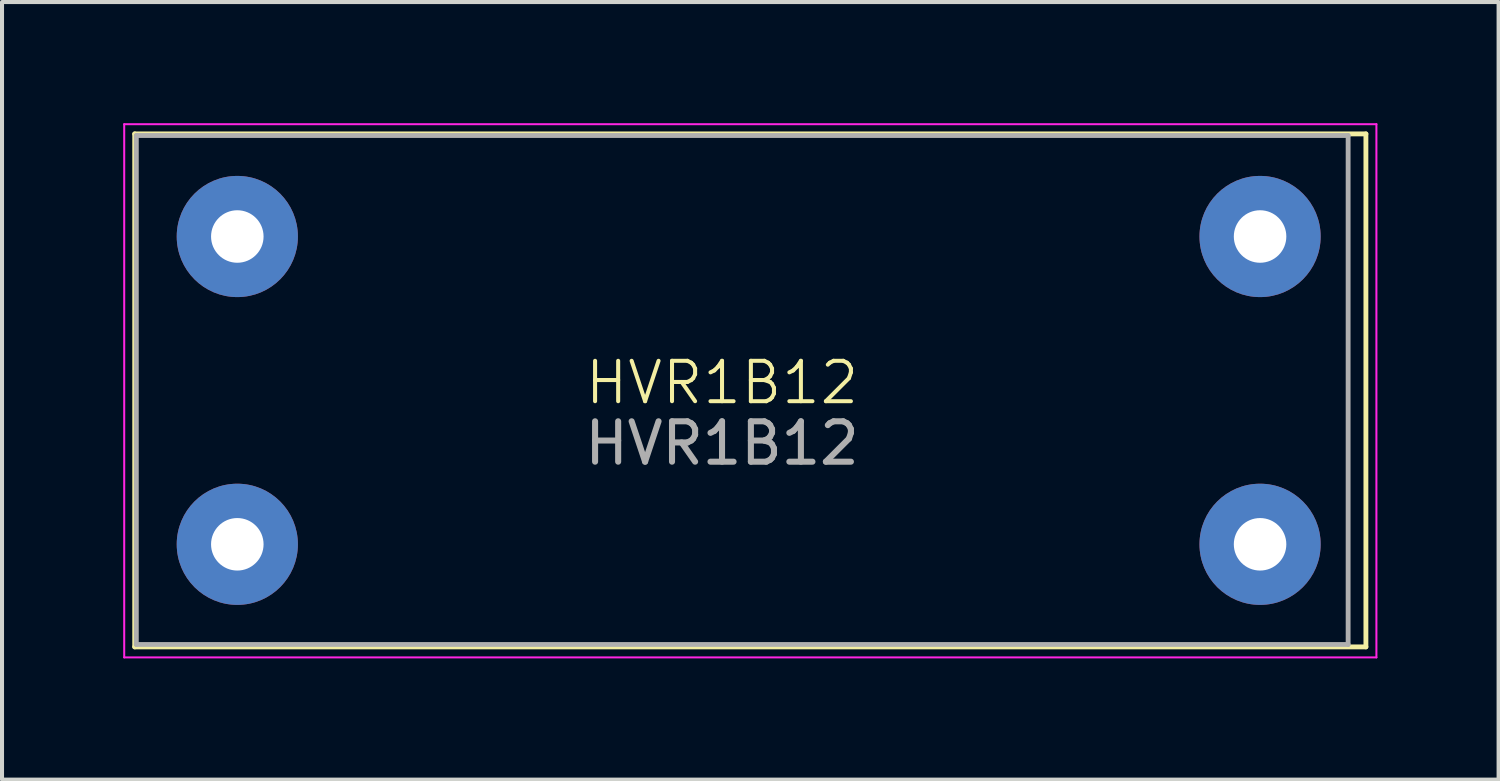
<source format=kicad_pcb>
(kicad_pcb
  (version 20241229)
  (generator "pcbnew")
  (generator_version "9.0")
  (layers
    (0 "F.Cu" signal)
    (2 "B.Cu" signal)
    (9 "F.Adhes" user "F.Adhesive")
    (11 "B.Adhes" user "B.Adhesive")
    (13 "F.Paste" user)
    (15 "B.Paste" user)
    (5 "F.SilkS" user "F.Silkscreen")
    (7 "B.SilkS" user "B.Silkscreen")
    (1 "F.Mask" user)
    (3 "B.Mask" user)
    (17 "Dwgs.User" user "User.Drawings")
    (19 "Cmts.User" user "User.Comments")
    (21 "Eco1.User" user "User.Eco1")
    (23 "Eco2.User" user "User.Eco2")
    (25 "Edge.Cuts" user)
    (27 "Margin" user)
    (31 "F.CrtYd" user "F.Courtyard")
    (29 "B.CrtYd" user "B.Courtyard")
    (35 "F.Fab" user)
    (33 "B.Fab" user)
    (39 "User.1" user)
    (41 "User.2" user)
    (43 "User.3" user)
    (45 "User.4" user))
  (footprint "HVR1B12"
    (layer "F.Cu")
    (at 14.825 6.425)
    (property "Reference" "HVR1B12" (at 0 0 0) (unlocked yes) (layer "F.SilkS") (effects (font (size 1 1) (thickness 0.1))))
    (attr through_hole)
    (fp_line (start -14.54 -6.16) (end 15.94 -6.16) (stroke (width 0.12) (type solid)) (layer "F.SilkS"))
    (fp_line (start -14.54 6.54) (end -14.54 -6.16) (stroke (width 0.12) (type solid)) (layer "F.SilkS"))
    (fp_line (start 15.94 -6.16) (end 15.94 6.54) (stroke (width 0.12) (type solid)) (layer "F.SilkS"))
    (fp_line (start 15.94 6.54) (end -14.54 6.54) (stroke (width 0.12) (type solid)) (layer "F.SilkS"))
    (fp_line (start -14.8 -6.4) (end 16.2 -6.4) (stroke (width 0.05) (type solid)) (layer "F.CrtYd"))
    (fp_line (start -14.8 6.8) (end -14.8 -6.4) (stroke (width 0.05) (type solid)) (layer "F.CrtYd"))
    (fp_line (start 16.2 -6.4) (end 16.2 6.8) (stroke (width 0.05) (type solid)) (layer "F.CrtYd"))
    (fp_line (start 16.2 6.8) (end -14.8 6.8) (stroke (width 0.05) (type solid)) (layer "F.CrtYd"))
    (fp_line (start -14.5 -6.12) (end 15.5 -6.12) (stroke (width 0.12) (type solid)) (layer "F.Fab"))
    (fp_line (start -14.5 6.48) (end -14.5 -6.12) (stroke (width 0.12) (type solid)) (layer "F.Fab"))
    (fp_line (start 15.5 -6.12) (end 15.5 6.48) (stroke (width 0.12) (type solid)) (layer "F.Fab"))
    (fp_line (start 15.5 6.48) (end -14.5 6.48) (stroke (width 0.12) (type solid)) (layer "F.Fab"))
    (fp_text user "${REFERENCE}" (at 0 1.5 0) (unlocked yes) (layer "F.Fab") (effects (font (size 1 1) (thickness 0.15))))
    (pad "1" thru_hole circle (at -12 4) (size 3 3) (drill 1.3) (layers "*.Cu" "*.Mask"))
    (pad "2" thru_hole circle (at 13.32 4) (size 3 3) (drill 1.3) (layers "*.Cu" "*.Mask"))
    (pad "P1" thru_hole circle (at -12 -3.62) (size 3 3) (drill 1.3) (layers "*.Cu" "*.Mask"))
    (pad "P2" thru_hole circle (at 13.32 -3.62) (size 3 3) (drill 1.3) (layers "*.Cu" "*.Mask")))
  (gr_rect
    (start -3 -3)
    (end 34.05 16.25)
    (stroke (width 0.1) (type default))
    (fill no)
    (layer "Edge.Cuts")))
</source>
